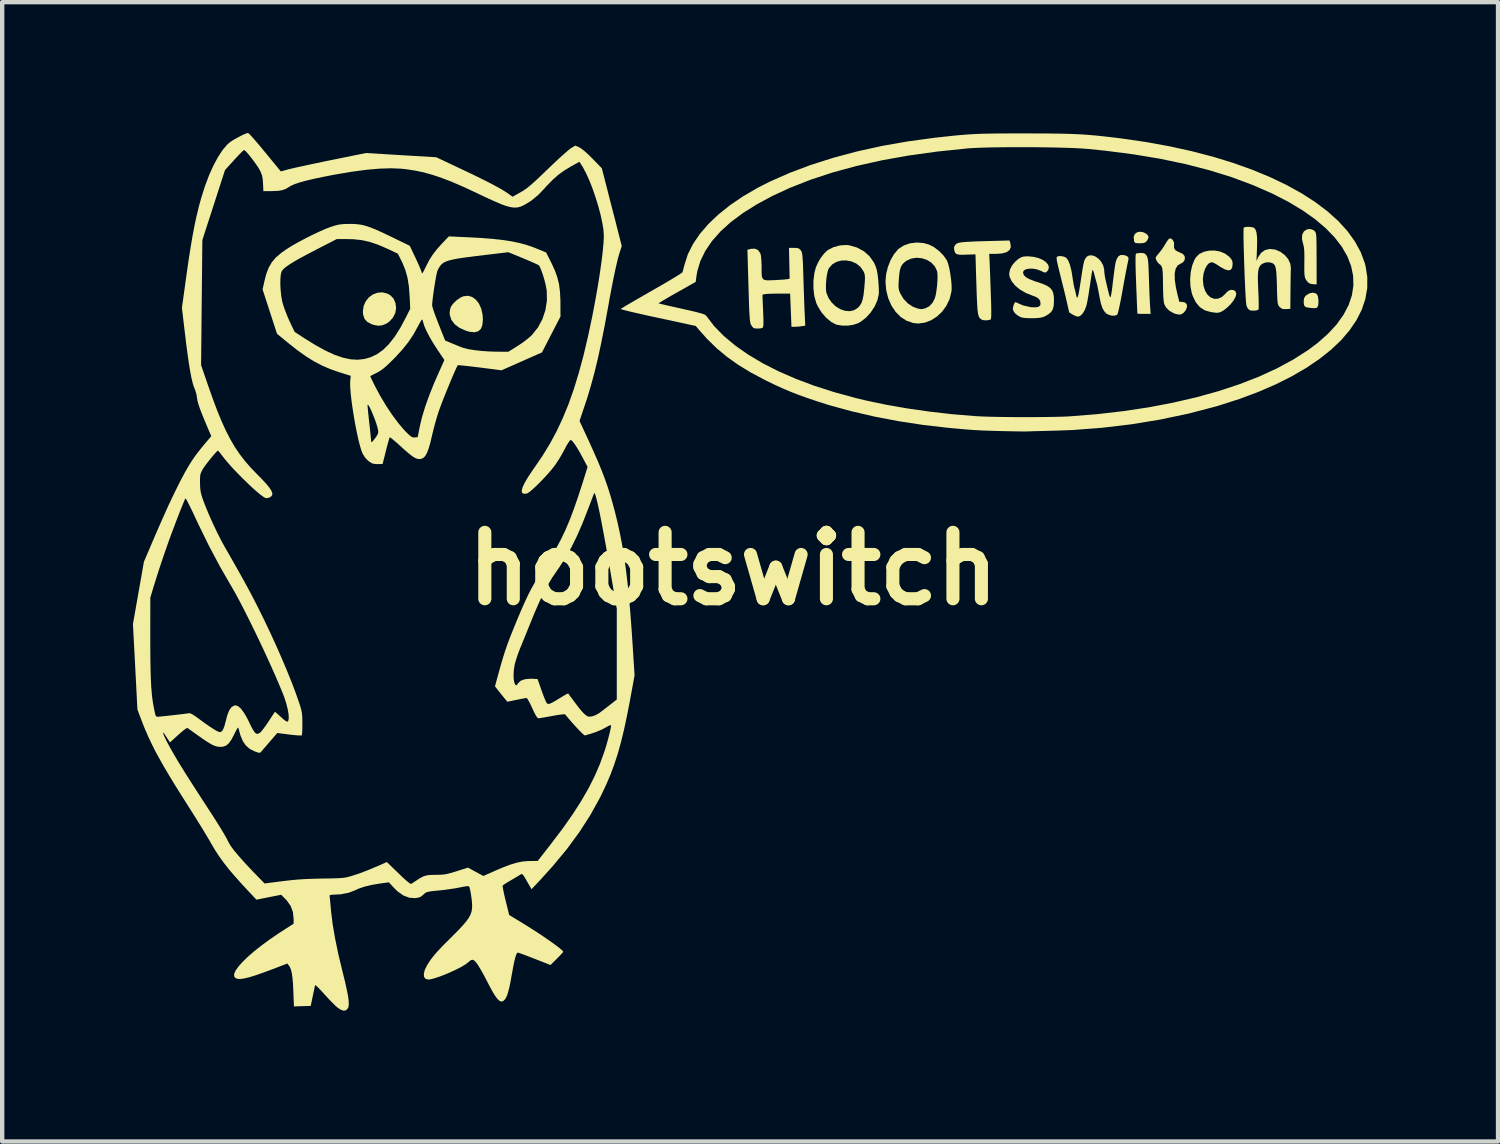
<source format=kicad_pcb>
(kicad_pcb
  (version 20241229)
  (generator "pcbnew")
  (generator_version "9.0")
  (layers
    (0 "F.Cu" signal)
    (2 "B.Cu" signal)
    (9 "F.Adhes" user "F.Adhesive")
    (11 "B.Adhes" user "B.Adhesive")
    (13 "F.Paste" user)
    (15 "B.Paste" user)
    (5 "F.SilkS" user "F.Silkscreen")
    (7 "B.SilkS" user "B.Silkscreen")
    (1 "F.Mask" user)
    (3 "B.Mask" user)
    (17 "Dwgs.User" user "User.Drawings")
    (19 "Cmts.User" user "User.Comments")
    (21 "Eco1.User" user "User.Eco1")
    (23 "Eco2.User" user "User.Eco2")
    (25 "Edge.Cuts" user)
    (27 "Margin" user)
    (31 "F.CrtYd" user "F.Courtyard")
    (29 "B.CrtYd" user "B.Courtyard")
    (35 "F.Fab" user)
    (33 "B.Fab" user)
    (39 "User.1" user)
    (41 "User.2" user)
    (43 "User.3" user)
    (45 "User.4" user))
  (footprint "hootswitch"
    (layer "F.Cu")
    (at 13.771 9.999)
    (property "Reference" "hootswitch" (at 0 0 0) (layer "F.SilkS") (effects (font (size 1.524 1.524) (thickness 0.3))))
    (attr board_only exclude_from_pos_files exclude_from_bom)
    (fp_poly (pts (xy 9.412 -7.72) (xy 9.475 -7.689) (xy 9.519 -7.647) (xy 9.532 -7.609) (xy 9.52 -7.567) (xy 9.492 -7.521) (xy 9.461 -7.49) (xy 9.422 -7.474) (xy 9.36 -7.468) (xy 9.332 -7.468) (xy 9.264 -7.469) (xy 9.226 -7.477) (xy 9.208 -7.496) (xy 9.2 -7.52) (xy 9.191 -7.612) (xy 9.216 -7.679) (xy 9.271 -7.721) (xy 9.343 -7.732)) (stroke (width 0) (type solid)) (fill yes) (layer "F.SilkS"))
    (fp_poly (pts (xy 13.371 -6.316) (xy 13.396 -6.295) (xy 13.417 -6.251) (xy 13.428 -6.183) (xy 13.431 -6.108) (xy 13.424 -6.041) (xy 13.406 -6) (xy 13.405 -5.999) (xy 13.382 -5.984) (xy 13.343 -5.978) (xy 13.28 -5.981) (xy 13.198 -5.99) (xy 13.14 -6.003) (xy 13.107 -6.031) (xy 13.094 -6.084) (xy 13.092 -6.136) (xy 13.099 -6.202) (xy 13.125 -6.249) (xy 13.157 -6.279) (xy 13.23 -6.321) (xy 13.305 -6.334)) (stroke (width 0) (type solid)) (fill yes) (layer "F.SilkS"))
    (fp_poly (pts (xy -7.936 -6.314) (xy -7.864 -6.274) (xy -7.79 -6.196) (xy -7.746 -6.092) (xy -7.732 -5.978) (xy -7.752 -5.865) (xy -7.807 -5.758) (xy -7.89 -5.668) (xy -7.964 -5.619) (xy -8.055 -5.584) (xy -8.141 -5.575) (xy -8.239 -5.593) (xy -8.294 -5.611) (xy -8.393 -5.662) (xy -8.458 -5.734) (xy -8.49 -5.832) (xy -8.495 -5.904) (xy -8.477 -6.03) (xy -8.428 -6.139) (xy -8.354 -6.229) (xy -8.262 -6.295) (xy -8.157 -6.333) (xy -8.046 -6.341)) (stroke (width 0) (type solid)) (fill yes) (layer "F.SilkS"))
    (fp_poly (pts (xy -5.989 -6.236) (xy -5.904 -6.175) (xy -5.833 -6.085) (xy -5.78 -5.969) (xy -5.749 -5.832) (xy -5.741 -5.715) (xy -5.753 -5.591) (xy -5.788 -5.502) (xy -5.848 -5.447) (xy -5.934 -5.425) (xy -6.046 -5.436) (xy -6.137 -5.463) (xy -6.279 -5.527) (xy -6.389 -5.61) (xy -6.463 -5.708) (xy -6.5 -5.818) (xy -6.504 -5.867) (xy -6.496 -5.939) (xy -6.478 -6.004) (xy -6.473 -6.014) (xy -6.419 -6.088) (xy -6.341 -6.162) (xy -6.254 -6.222) (xy -6.188 -6.251) (xy -6.085 -6.263)) (stroke (width 0) (type solid)) (fill yes) (layer "F.SilkS"))
    (fp_poly (pts (xy 13.316 -7.769) (xy 13.342 -7.748) (xy 13.355 -7.732) (xy 13.365 -7.714) (xy 13.373 -7.687) (xy 13.379 -7.648) (xy 13.383 -7.59) (xy 13.385 -7.51) (xy 13.387 -7.401) (xy 13.387 -7.259) (xy 13.388 -7.112) (xy 13.389 -6.525) (xy 13.33 -6.526) (xy 13.267 -6.534) (xy 13.225 -6.546) (xy 13.184 -6.577) (xy 13.145 -6.628) (xy 13.141 -6.635) (xy 13.126 -6.668) (xy 13.115 -6.708) (xy 13.109 -6.762) (xy 13.106 -6.839) (xy 13.106 -6.945) (xy 13.107 -7.029) (xy 13.108 -7.175) (xy 13.105 -7.285) (xy 13.098 -7.366) (xy 13.086 -7.425) (xy 13.081 -7.442) (xy 13.052 -7.563) (xy 13.057 -7.662) (xy 13.095 -7.737) (xy 13.102 -7.744) (xy 13.17 -7.787) (xy 13.246 -7.795)) (stroke (width 0) (type solid)) (fill yes) (layer "F.SilkS"))
    (fp_poly (pts (xy 9.42 -7.24) (xy 9.458 -7.221) (xy 9.488 -7.18) (xy 9.502 -7.154) (xy 9.512 -7.118) (xy 9.52 -7.069) (xy 9.527 -6.999) (xy 9.532 -6.903) (xy 9.537 -6.775) (xy 9.541 -6.656) (xy 9.546 -6.508) (xy 9.551 -6.361) (xy 9.557 -6.227) (xy 9.562 -6.114) (xy 9.567 -6.032) (xy 9.568 -6.022) (xy 9.58 -5.847) (xy 9.43 -5.847) (xy 9.355 -5.848) (xy 9.301 -5.849) (xy 9.277 -5.852) (xy 9.276 -5.852) (xy 9.275 -5.874) (xy 9.272 -5.933) (xy 9.268 -6.024) (xy 9.263 -6.142) (xy 9.258 -6.283) (xy 9.251 -6.44) (xy 9.248 -6.535) (xy 9.24 -6.74) (xy 9.235 -6.905) (xy 9.233 -7.033) (xy 9.233 -7.127) (xy 9.236 -7.189) (xy 9.241 -7.222) (xy 9.245 -7.229) (xy 9.279 -7.239) (xy 9.337 -7.244) (xy 9.358 -7.245)) (stroke (width 0) (type solid)) (fill yes) (layer "F.SilkS"))
    (fp_poly (pts (xy 10.054 -7.574) (xy 10.09 -7.54) (xy 10.115 -7.489) (xy 10.118 -7.431) (xy 10.117 -7.429) (xy 10.117 -7.356) (xy 10.153 -7.303) (xy 10.226 -7.266) (xy 10.234 -7.263) (xy 10.317 -7.225) (xy 10.361 -7.172) (xy 10.365 -7.104) (xy 10.359 -7.083) (xy 10.321 -7.027) (xy 10.268 -7) (xy 10.2 -6.959) (xy 10.154 -6.883) (xy 10.132 -6.773) (xy 10.134 -6.629) (xy 10.16 -6.453) (xy 10.19 -6.318) (xy 10.239 -6.122) (xy 10.309 -6.122) (xy 10.372 -6.107) (xy 10.408 -6.067) (xy 10.415 -6.009) (xy 10.392 -5.942) (xy 10.344 -5.879) (xy 10.294 -5.842) (xy 10.24 -5.83) (xy 10.169 -5.842) (xy 10.116 -5.859) (xy 10.011 -5.917) (xy 9.931 -5.999) (xy 9.89 -6.078) (xy 9.881 -6.129) (xy 9.873 -6.216) (xy 9.867 -6.333) (xy 9.864 -6.472) (xy 9.863 -6.527) (xy 9.862 -6.67) (xy 9.859 -6.778) (xy 9.852 -6.856) (xy 9.841 -6.91) (xy 9.825 -6.948) (xy 9.802 -6.975) (xy 9.771 -6.997) (xy 9.743 -7.027) (xy 9.713 -7.075) (xy 9.713 -7.076) (xy 9.697 -7.111) (xy 9.696 -7.139) (xy 9.714 -7.172) (xy 9.754 -7.221) (xy 9.771 -7.241) (xy 9.832 -7.318) (xy 9.89 -7.405) (xy 9.92 -7.455) (xy 9.958 -7.517) (xy 9.993 -7.562) (xy 10.013 -7.578)) (stroke (width 0) (type solid)) (fill yes) (layer "F.SilkS"))
    (fp_poly (pts (xy 6.363 -7.462) (xy 6.371 -7.377) (xy 6.341 -7.311) (xy 6.274 -7.263) (xy 6.17 -7.234) (xy 6.032 -7.224) (xy 5.876 -7.224) (xy 5.882 -7.102) (xy 5.885 -7.049) (xy 5.889 -6.961) (xy 5.893 -6.844) (xy 5.899 -6.704) (xy 5.904 -6.549) (xy 5.91 -6.385) (xy 5.911 -6.357) (xy 5.917 -6.172) (xy 5.922 -6.025) (xy 5.923 -5.912) (xy 5.923 -5.83) (xy 5.921 -5.772) (xy 5.916 -5.737) (xy 5.909 -5.719) (xy 5.906 -5.717) (xy 5.869 -5.706) (xy 5.809 -5.699) (xy 5.79 -5.699) (xy 5.723 -5.706) (xy 5.679 -5.731) (xy 5.659 -5.752) (xy 5.645 -5.774) (xy 5.633 -5.802) (xy 5.622 -5.841) (xy 5.614 -5.894) (xy 5.606 -5.965) (xy 5.6 -6.06) (xy 5.594 -6.182) (xy 5.588 -6.335) (xy 5.582 -6.524) (xy 5.577 -6.662) (xy 5.561 -7.213) (xy 5.348 -7.206) (xy 5.241 -7.203) (xy 5.168 -7.208) (xy 5.122 -7.222) (xy 5.095 -7.249) (xy 5.078 -7.294) (xy 5.071 -7.325) (xy 5.07 -7.381) (xy 5.096 -7.427) (xy 5.11 -7.442) (xy 5.126 -7.456) (xy 5.147 -7.467) (xy 5.176 -7.477) (xy 5.217 -7.485) (xy 5.275 -7.493) (xy 5.352 -7.499) (xy 5.452 -7.504) (xy 5.58 -7.51) (xy 5.738 -7.515) (xy 5.93 -7.52) (xy 6.161 -7.526) (xy 6.195 -7.527) (xy 6.342 -7.531)) (stroke (width 0) (type solid)) (fill yes) (layer "F.SilkS"))
    (fp_poly (pts (xy 11.169 -7.279) (xy 11.285 -7.232) (xy 11.38 -7.161) (xy 11.429 -7.106) (xy 11.453 -7.059) (xy 11.461 -7.002) (xy 11.461 -6.985) (xy 11.449 -6.904) (xy 11.415 -6.857) (xy 11.358 -6.846) (xy 11.278 -6.87) (xy 11.175 -6.928) (xy 11.146 -6.948) (xy 11.079 -6.991) (xy 11.019 -7.022) (xy 10.982 -7.033) (xy 10.923 -7.013) (xy 10.871 -6.958) (xy 10.827 -6.876) (xy 10.795 -6.774) (xy 10.78 -6.659) (xy 10.779 -6.627) (xy 10.793 -6.49) (xy 10.83 -6.375) (xy 10.886 -6.285) (xy 10.957 -6.224) (xy 11.038 -6.193) (xy 11.125 -6.195) (xy 11.212 -6.233) (xy 11.296 -6.309) (xy 11.315 -6.333) (xy 11.367 -6.379) (xy 11.427 -6.399) (xy 11.484 -6.393) (xy 11.527 -6.364) (xy 11.545 -6.312) (xy 11.545 -6.308) (xy 11.529 -6.238) (xy 11.483 -6.157) (xy 11.418 -6.073) (xy 11.339 -5.995) (xy 11.257 -5.929) (xy 11.177 -5.885) (xy 11.11 -5.871) (xy 11.107 -5.871) (xy 11.065 -5.875) (xy 10.999 -5.884) (xy 10.959 -5.889) (xy 10.823 -5.928) (xy 10.71 -6.001) (xy 10.618 -6.11) (xy 10.547 -6.255) (xy 10.525 -6.319) (xy 10.494 -6.473) (xy 10.486 -6.639) (xy 10.5 -6.806) (xy 10.535 -6.962) (xy 10.589 -7.096) (xy 10.619 -7.145) (xy 10.695 -7.22) (xy 10.797 -7.271) (xy 10.916 -7.298) (xy 11.044 -7.301)) (stroke (width 0) (type solid)) (fill yes) (layer "F.SilkS"))
    (fp_poly (pts (xy 4.376 -7.471) (xy 4.496 -7.437) (xy 4.612 -7.377) (xy 4.727 -7.289) (xy 4.828 -7.186) (xy 4.902 -7.08) (xy 4.907 -7.07) (xy 4.934 -6.996) (xy 4.961 -6.892) (xy 4.983 -6.769) (xy 5.001 -6.64) (xy 5.012 -6.517) (xy 5.014 -6.411) (xy 5.009 -6.355) (xy 4.967 -6.187) (xy 4.893 -6.033) (xy 4.795 -5.897) (xy 4.675 -5.785) (xy 4.541 -5.7) (xy 4.395 -5.645) (xy 4.245 -5.626) (xy 4.136 -5.637) (xy 3.985 -5.687) (xy 3.849 -5.773) (xy 3.731 -5.891) (xy 3.634 -6.036) (xy 3.56 -6.203) (xy 3.513 -6.388) (xy 3.501 -6.529) (xy 3.796 -6.529) (xy 3.796 -6.458) (xy 3.803 -6.404) (xy 3.819 -6.354) (xy 3.833 -6.321) (xy 3.909 -6.193) (xy 4.011 -6.086) (xy 4.13 -6.008) (xy 4.226 -5.973) (xy 4.287 -5.959) (xy 4.33 -5.957) (xy 4.376 -5.966) (xy 4.408 -5.974) (xy 4.5 -6.021) (xy 4.577 -6.103) (xy 4.629 -6.207) (xy 4.65 -6.285) (xy 4.667 -6.388) (xy 4.68 -6.503) (xy 4.689 -6.619) (xy 4.691 -6.722) (xy 4.685 -6.802) (xy 4.681 -6.825) (xy 4.631 -6.933) (xy 4.552 -7.02) (xy 4.45 -7.084) (xy 4.334 -7.123) (xy 4.212 -7.135) (xy 4.091 -7.117) (xy 3.98 -7.068) (xy 3.931 -7.031) (xy 3.886 -6.986) (xy 3.854 -6.934) (xy 3.831 -6.869) (xy 3.815 -6.78) (xy 3.804 -6.659) (xy 3.802 -6.628) (xy 3.796 -6.529) (xy 3.501 -6.529) (xy 3.496 -6.587) (xy 3.496 -6.59) (xy 3.51 -6.753) (xy 3.55 -6.918) (xy 3.611 -7.076) (xy 3.691 -7.216) (xy 3.783 -7.326) (xy 3.8 -7.342) (xy 3.92 -7.419) (xy 4.063 -7.467) (xy 4.218 -7.485)) (stroke (width 0) (type solid)) (fill yes) (layer "F.SilkS"))
    (fp_poly (pts (xy 6.894 -7.156) (xy 7.008 -7.128) (xy 7.104 -7.086) (xy 7.179 -7.034) (xy 7.228 -6.976) (xy 7.246 -6.914) (xy 7.228 -6.853) (xy 7.205 -6.823) (xy 7.179 -6.801) (xy 7.155 -6.795) (xy 7.119 -6.806) (xy 7.063 -6.834) (xy 6.976 -6.867) (xy 6.885 -6.884) (xy 6.798 -6.885) (xy 6.724 -6.872) (xy 6.672 -6.845) (xy 6.652 -6.805) (xy 6.652 -6.802) (xy 6.666 -6.745) (xy 6.711 -6.694) (xy 6.79 -6.647) (xy 6.906 -6.601) (xy 6.944 -6.589) (xy 7.088 -6.541) (xy 7.195 -6.496) (xy 7.27 -6.446) (xy 7.319 -6.389) (xy 7.347 -6.317) (xy 7.36 -6.225) (xy 7.362 -6.151) (xy 7.356 -6.037) (xy 7.337 -5.954) (xy 7.297 -5.891) (xy 7.232 -5.837) (xy 7.18 -5.805) (xy 7.126 -5.779) (xy 7.071 -5.763) (xy 7.001 -5.753) (xy 6.903 -5.748) (xy 6.885 -5.748) (xy 6.788 -5.748) (xy 6.699 -5.753) (xy 6.632 -5.762) (xy 6.613 -5.767) (xy 6.537 -5.805) (xy 6.472 -5.858) (xy 6.43 -5.918) (xy 6.419 -5.96) (xy 6.425 -6.01) (xy 6.441 -6.062) (xy 6.461 -6.102) (xy 6.479 -6.117) (xy 6.481 -6.117) (xy 6.647 -6.043) (xy 6.814 -6.004) (xy 6.848 -6) (xy 6.948 -5.998) (xy 7.012 -6.012) (xy 7.046 -6.042) (xy 7.054 -6.081) (xy 7.044 -6.147) (xy 7.009 -6.197) (xy 6.944 -6.238) (xy 6.863 -6.268) (xy 6.71 -6.33) (xy 6.577 -6.408) (xy 6.468 -6.5) (xy 6.389 -6.599) (xy 6.343 -6.701) (xy 6.334 -6.768) (xy 6.353 -6.866) (xy 6.405 -6.966) (xy 6.484 -7.057) (xy 6.544 -7.106) (xy 6.603 -7.142) (xy 6.658 -7.161) (xy 6.729 -7.167) (xy 6.767 -7.167)) (stroke (width 0) (type solid)) (fill yes) (layer "F.SilkS"))
    (fp_poly (pts (xy 2.667 -7.42) (xy 2.846 -7.368) (xy 3.002 -7.283) (xy 3.131 -7.168) (xy 3.23 -7.027) (xy 3.24 -7.006) (xy 3.273 -6.931) (xy 3.297 -6.854) (xy 3.314 -6.762) (xy 3.328 -6.641) (xy 3.337 -6.533) (xy 3.343 -6.429) (xy 3.344 -6.342) (xy 3.343 -6.301) (xy 3.312 -6.162) (xy 3.249 -6.019) (xy 3.159 -5.882) (xy 3.049 -5.761) (xy 2.927 -5.666) (xy 2.87 -5.634) (xy 2.761 -5.597) (xy 2.632 -5.578) (xy 2.5 -5.578) (xy 2.384 -5.597) (xy 2.358 -5.605) (xy 2.245 -5.666) (xy 2.133 -5.76) (xy 2.031 -5.879) (xy 1.946 -6.015) (xy 1.907 -6.1) (xy 1.864 -6.251) (xy 1.844 -6.415) (xy 2.13 -6.415) (xy 2.138 -6.343) (xy 2.139 -6.336) (xy 2.188 -6.213) (xy 2.262 -6.107) (xy 2.353 -6.02) (xy 2.457 -5.956) (xy 2.565 -5.918) (xy 2.674 -5.909) (xy 2.775 -5.931) (xy 2.863 -5.987) (xy 2.864 -5.988) (xy 2.911 -6.041) (xy 2.946 -6.101) (xy 2.972 -6.178) (xy 2.992 -6.278) (xy 3.007 -6.41) (xy 3.012 -6.465) (xy 3.021 -6.578) (xy 3.025 -6.657) (xy 3.024 -6.713) (xy 3.018 -6.756) (xy 3.005 -6.793) (xy 2.989 -6.828) (xy 2.92 -6.927) (xy 2.828 -7.001) (xy 2.719 -7.05) (xy 2.602 -7.073) (xy 2.484 -7.071) (xy 2.373 -7.041) (xy 2.276 -6.984) (xy 2.202 -6.9) (xy 2.189 -6.878) (xy 2.168 -6.816) (xy 2.15 -6.725) (xy 2.137 -6.619) (xy 2.13 -6.511) (xy 2.13 -6.415) (xy 1.844 -6.415) (xy 1.843 -6.425) (xy 1.843 -6.607) (xy 1.865 -6.784) (xy 1.897 -6.909) (xy 1.945 -7.02) (xy 2.011 -7.132) (xy 2.087 -7.231) (xy 2.164 -7.304) (xy 2.179 -7.315) (xy 2.308 -7.38) (xy 2.453 -7.418) (xy 2.597 -7.428)) (stroke (width 0) (type solid)) (fill yes) (layer "F.SilkS"))
    (fp_poly (pts (xy 1.466 -7.359) (xy 1.51 -7.346) (xy 1.541 -7.319) (xy 1.553 -7.304) (xy 1.566 -7.284) (xy 1.577 -7.258) (xy 1.585 -7.222) (xy 1.591 -7.17) (xy 1.597 -7.097) (xy 1.602 -6.997) (xy 1.607 -6.866) (xy 1.612 -6.701) (xy 1.617 -6.532) (xy 1.623 -6.36) (xy 1.629 -6.193) (xy 1.634 -6.043) (xy 1.639 -5.919) (xy 1.642 -5.866) (xy 1.655 -5.577) (xy 1.574 -5.564) (xy 1.496 -5.555) (xy 1.418 -5.551) (xy 1.416 -5.551) (xy 1.339 -5.55) (xy 1.308 -6.313) (xy 1.041 -6.313) (xy 0.934 -6.311) (xy 0.839 -6.309) (xy 0.765 -6.304) (xy 0.724 -6.299) (xy 0.723 -6.299) (xy 0.673 -6.286) (xy 0.688 -5.915) (xy 0.694 -5.777) (xy 0.696 -5.676) (xy 0.695 -5.605) (xy 0.691 -5.56) (xy 0.683 -5.536) (xy 0.675 -5.527) (xy 0.633 -5.515) (xy 0.57 -5.51) (xy 0.506 -5.514) (xy 0.471 -5.522) (xy 0.444 -5.547) (xy 0.413 -5.594) (xy 0.41 -5.599) (xy 0.399 -5.626) (xy 0.39 -5.667) (xy 0.383 -5.726) (xy 0.377 -5.808) (xy 0.371 -5.917) (xy 0.365 -6.058) (xy 0.36 -6.236) (xy 0.359 -6.27) (xy 0.354 -6.439) (xy 0.349 -6.607) (xy 0.344 -6.766) (xy 0.34 -6.906) (xy 0.337 -7.02) (xy 0.335 -7.097) (xy 0.328 -7.319) (xy 0.41 -7.339) (xy 0.5 -7.344) (xy 0.571 -7.312) (xy 0.621 -7.243) (xy 0.629 -7.223) (xy 0.64 -7.17) (xy 0.648 -7.086) (xy 0.653 -6.982) (xy 0.654 -6.907) (xy 0.654 -6.791) (xy 0.659 -6.71) (xy 0.677 -6.657) (xy 0.713 -6.629) (xy 0.773 -6.617) (xy 0.865 -6.618) (xy 0.962 -6.622) (xy 1.062 -6.628) (xy 1.151 -6.634) (xy 1.218 -6.64) (xy 1.247 -6.644) (xy 1.297 -6.654) (xy 1.282 -7.362) (xy 1.396 -7.362)) (stroke (width 0) (type solid)) (fill yes) (layer "F.SilkS"))
    (fp_poly (pts (xy 11.878 -7.841) (xy 11.934 -7.83) (xy 11.957 -7.818) (xy 11.987 -7.779) (xy 12.008 -7.717) (xy 12.02 -7.627) (xy 12.024 -7.504) (xy 12.02 -7.351) (xy 12.009 -7.065) (xy 12.051 -7.153) (xy 12.117 -7.25) (xy 12.206 -7.311) (xy 12.313 -7.337) (xy 12.433 -7.323) (xy 12.446 -7.32) (xy 12.561 -7.269) (xy 12.66 -7.194) (xy 12.737 -7.102) (xy 12.784 -7) (xy 12.797 -6.908) (xy 12.796 -6.864) (xy 12.794 -6.785) (xy 12.792 -6.679) (xy 12.791 -6.555) (xy 12.789 -6.42) (xy 12.789 -6.398) (xy 12.785 -5.963) (xy 12.689 -5.957) (xy 12.622 -5.957) (xy 12.577 -5.974) (xy 12.54 -6.006) (xy 12.522 -6.027) (xy 12.509 -6.049) (xy 12.499 -6.079) (xy 12.492 -6.123) (xy 12.487 -6.188) (xy 12.483 -6.279) (xy 12.479 -6.404) (xy 12.478 -6.479) (xy 12.473 -6.636) (xy 12.467 -6.757) (xy 12.459 -6.847) (xy 12.447 -6.911) (xy 12.431 -6.956) (xy 12.409 -6.986) (xy 12.381 -7.007) (xy 12.373 -7.012) (xy 12.296 -7.032) (xy 12.21 -7.025) (xy 12.136 -6.993) (xy 12.131 -6.99) (xy 12.098 -6.958) (xy 12.073 -6.92) (xy 12.055 -6.869) (xy 12.045 -6.8) (xy 12.04 -6.707) (xy 12.042 -6.585) (xy 12.048 -6.429) (xy 12.05 -6.376) (xy 12.056 -6.248) (xy 12.059 -6.134) (xy 12.06 -6.042) (xy 12.059 -5.977) (xy 12.056 -5.948) (xy 12.055 -5.947) (xy 12.017 -5.929) (xy 11.956 -5.921) (xy 11.891 -5.923) (xy 11.847 -5.935) (xy 11.807 -5.974) (xy 11.779 -6.034) (xy 11.779 -6.036) (xy 11.773 -6.075) (xy 11.766 -6.149) (xy 11.759 -6.253) (xy 11.752 -6.381) (xy 11.745 -6.528) (xy 11.738 -6.687) (xy 11.732 -6.855) (xy 11.726 -7.025) (xy 11.721 -7.191) (xy 11.716 -7.35) (xy 11.713 -7.494) (xy 11.711 -7.619) (xy 11.711 -7.719) (xy 11.712 -7.789) (xy 11.715 -7.823) (xy 11.716 -7.826) (xy 11.752 -7.84) (xy 11.812 -7.845)) (stroke (width 0) (type solid)) (fill yes) (layer "F.SilkS"))
    (fp_poly (pts (xy 8.98 -7.194) (xy 9.034 -7.174) (xy 9.061 -7.154) (xy 9.072 -7.131) (xy 9.071 -7.094) (xy 9.057 -7.03) (xy 9.054 -7.017) (xy 9.042 -6.961) (xy 9.025 -6.871) (xy 9.002 -6.754) (xy 8.977 -6.618) (xy 8.95 -6.47) (xy 8.932 -6.367) (xy 8.9 -6.193) (xy 8.871 -6.049) (xy 8.846 -5.938) (xy 8.827 -5.863) (xy 8.812 -5.826) (xy 8.809 -5.823) (xy 8.745 -5.804) (xy 8.667 -5.81) (xy 8.591 -5.838) (xy 8.562 -5.857) (xy 8.514 -5.909) (xy 8.475 -5.978) (xy 8.442 -6.072) (xy 8.414 -6.198) (xy 8.4 -6.274) (xy 8.381 -6.376) (xy 8.361 -6.476) (xy 8.342 -6.557) (xy 8.336 -6.578) (xy 8.312 -6.662) (xy 8.289 -6.749) (xy 8.282 -6.776) (xy 8.266 -6.828) (xy 8.253 -6.856) (xy 8.249 -6.858) (xy 8.24 -6.832) (xy 8.229 -6.778) (xy 8.22 -6.723) (xy 8.194 -6.543) (xy 8.172 -6.4) (xy 8.155 -6.288) (xy 8.14 -6.202) (xy 8.128 -6.135) (xy 8.117 -6.083) (xy 8.107 -6.04) (xy 8.102 -6.023) (xy 8.066 -5.93) (xy 8.019 -5.854) (xy 7.966 -5.802) (xy 7.916 -5.783) (xy 7.868 -5.794) (xy 7.809 -5.821) (xy 7.796 -5.828) (xy 7.748 -5.858) (xy 7.718 -5.877) (xy 7.715 -5.879) (xy 7.707 -5.901) (xy 7.694 -5.955) (xy 7.677 -6.031) (xy 7.668 -6.073) (xy 7.65 -6.152) (xy 7.624 -6.262) (xy 7.592 -6.394) (xy 7.556 -6.538) (xy 7.52 -6.683) (xy 7.516 -6.7) (xy 7.479 -6.848) (xy 7.452 -6.959) (xy 7.434 -7.041) (xy 7.425 -7.096) (xy 7.423 -7.132) (xy 7.427 -7.152) (xy 7.436 -7.162) (xy 7.484 -7.174) (xy 7.549 -7.17) (xy 7.612 -7.152) (xy 7.642 -7.135) (xy 7.689 -7.074) (xy 7.729 -6.972) (xy 7.764 -6.831) (xy 7.785 -6.703) (xy 7.8 -6.603) (xy 7.815 -6.514) (xy 7.829 -6.447) (xy 7.837 -6.419) (xy 7.853 -6.362) (xy 7.868 -6.292) (xy 7.87 -6.284) (xy 7.882 -6.233) (xy 7.895 -6.219) (xy 7.91 -6.244) (xy 7.927 -6.307) (xy 7.946 -6.411) (xy 7.964 -6.525) (xy 7.989 -6.688) (xy 8.008 -6.814) (xy 8.024 -6.91) (xy 8.037 -6.98) (xy 8.049 -7.031) (xy 8.059 -7.068) (xy 8.07 -7.097) (xy 8.072 -7.101) (xy 8.117 -7.162) (xy 8.177 -7.19) (xy 8.246 -7.188) (xy 8.318 -7.16) (xy 8.387 -7.11) (xy 8.446 -7.042) (xy 8.491 -6.959) (xy 8.514 -6.865) (xy 8.516 -6.826) (xy 8.521 -6.763) (xy 8.537 -6.67) (xy 8.565 -6.544) (xy 8.604 -6.381) (xy 8.626 -6.294) (xy 8.64 -6.248) (xy 8.652 -6.23) (xy 8.664 -6.242) (xy 8.675 -6.288) (xy 8.688 -6.37) (xy 8.704 -6.491) (xy 8.705 -6.504) (xy 8.725 -6.67) (xy 8.741 -6.799) (xy 8.755 -6.898) (xy 8.766 -6.971) (xy 8.776 -7.025) (xy 8.787 -7.064) (xy 8.798 -7.095) (xy 8.808 -7.117) (xy 8.842 -7.17) (xy 8.884 -7.194) (xy 8.915 -7.199)) (stroke (width 0) (type solid)) (fill yes) (layer "F.SilkS"))
    (fp_poly (pts (xy 6.991 -9.987) (xy 7.24 -9.986) (xy 7.46 -9.983) (xy 7.655 -9.979) (xy 7.832 -9.973) (xy 7.997 -9.965) (xy 8.156 -9.954) (xy 8.315 -9.94) (xy 8.481 -9.923) (xy 8.658 -9.903) (xy 8.854 -9.879) (xy 8.919 -9.871) (xy 9.475 -9.79) (xy 10.01 -9.693) (xy 10.523 -9.58) (xy 11.011 -9.453) (xy 11.473 -9.311) (xy 11.909 -9.155) (xy 12.316 -8.987) (xy 12.694 -8.807) (xy 13.041 -8.615) (xy 13.356 -8.413) (xy 13.638 -8.2) (xy 13.884 -7.979) (xy 14.094 -7.748) (xy 14.266 -7.51) (xy 14.4 -7.265) (xy 14.493 -7.013) (xy 14.511 -6.945) (xy 14.551 -6.691) (xy 14.55 -6.44) (xy 14.507 -6.191) (xy 14.426 -5.947) (xy 14.305 -5.707) (xy 14.146 -5.473) (xy 13.951 -5.244) (xy 13.719 -5.024) (xy 13.451 -4.811) (xy 13.15 -4.607) (xy 12.814 -4.412) (xy 12.446 -4.228) (xy 12.046 -4.055) (xy 11.615 -3.894) (xy 11.154 -3.746) (xy 11.066 -3.72) (xy 10.444 -3.558) (xy 9.797 -3.422) (xy 9.133 -3.313) (xy 8.46 -3.233) (xy 7.786 -3.182) (xy 7.34 -3.166) (xy 7.193 -3.163) (xy 7.057 -3.159) (xy 6.937 -3.156) (xy 6.842 -3.153) (xy 6.778 -3.151) (xy 6.758 -3.15) (xy 6.716 -3.149) (xy 6.639 -3.149) (xy 6.534 -3.151) (xy 6.406 -3.153) (xy 6.263 -3.156) (xy 6.154 -3.158) (xy 5.973 -3.163) (xy 5.821 -3.168) (xy 5.688 -3.173) (xy 5.565 -3.18) (xy 5.442 -3.188) (xy 5.307 -3.199) (xy 5.153 -3.213) (xy 4.967 -3.23) (xy 4.936 -3.233) (xy 4.367 -3.298) (xy 3.801 -3.384) (xy 3.247 -3.49) (xy 2.712 -3.614) (xy 2.205 -3.753) (xy 1.949 -3.834) (xy 1.713 -3.913) (xy 1.507 -3.987) (xy 1.32 -4.06) (xy 1.14 -4.136) (xy 0.956 -4.22) (xy 0.756 -4.317) (xy 0.739 -4.326) (xy 0.412 -4.499) (xy 0.122 -4.675) (xy -0.139 -4.86) (xy -0.378 -5.059) (xy -0.601 -5.277) (xy -0.773 -5.47) (xy -0.858 -5.57) (xy -1.721 -5.756) (xy -1.905 -5.796) (xy -2.076 -5.834) (xy -2.229 -5.869) (xy -2.359 -5.899) (xy -2.463 -5.925) (xy -2.536 -5.944) (xy -2.574 -5.956) (xy -2.579 -5.958) (xy -2.56 -5.972) (xy -2.508 -6.004) (xy -2.428 -6.053) (xy -2.366 -6.089) (xy -1.711 -6.089) (xy -1.689 -6.083) (xy -1.632 -6.069) (xy -1.544 -6.048) (xy -1.432 -6.022) (xy -1.3 -5.993) (xy -1.175 -5.965) (xy -1.01 -5.928) (xy -0.881 -5.898) (xy -0.784 -5.873) (xy -0.714 -5.853) (xy -0.666 -5.836) (xy -0.636 -5.82) (xy -0.618 -5.805) (xy -0.614 -5.8) (xy -0.434 -5.565) (xy -0.213 -5.339) (xy 0.047 -5.122) (xy 0.344 -4.914) (xy 0.676 -4.716) (xy 1.042 -4.53) (xy 1.441 -4.356) (xy 1.871 -4.195) (xy 2.331 -4.048) (xy 2.818 -3.915) (xy 3.061 -3.857) (xy 3.52 -3.761) (xy 4.007 -3.676) (xy 4.512 -3.604) (xy 5.022 -3.546) (xy 5.524 -3.504) (xy 5.614 -3.498) (xy 5.744 -3.492) (xy 5.909 -3.487) (xy 6.099 -3.483) (xy 6.308 -3.48) (xy 6.529 -3.478) (xy 6.754 -3.478) (xy 6.976 -3.479) (xy 7.188 -3.481) (xy 7.381 -3.484) (xy 7.55 -3.488) (xy 7.685 -3.494) (xy 7.722 -3.496) (xy 8.349 -3.546) (xy 8.956 -3.616) (xy 9.541 -3.704) (xy 10.101 -3.811) (xy 10.636 -3.935) (xy 11.143 -4.076) (xy 11.62 -4.234) (xy 12.065 -4.407) (xy 12.477 -4.596) (xy 12.854 -4.8) (xy 13.194 -5.018) (xy 13.41 -5.179) (xy 13.65 -5.391) (xy 13.849 -5.607) (xy 14.006 -5.827) (xy 14.122 -6.049) (xy 14.198 -6.273) (xy 14.232 -6.497) (xy 14.226 -6.722) (xy 14.179 -6.946) (xy 14.093 -7.168) (xy 13.967 -7.387) (xy 13.801 -7.603) (xy 13.596 -7.814) (xy 13.353 -8.02) (xy 13.07 -8.22) (xy 12.75 -8.413) (xy 12.391 -8.598) (xy 12.386 -8.601) (xy 11.93 -8.801) (xy 11.446 -8.982) (xy 10.931 -9.142) (xy 10.384 -9.283) (xy 9.805 -9.405) (xy 9.191 -9.507) (xy 8.541 -9.591) (xy 8.135 -9.632) (xy 7.999 -9.642) (xy 7.828 -9.651) (xy 7.628 -9.658) (xy 7.405 -9.664) (xy 7.165 -9.668) (xy 6.916 -9.671) (xy 6.663 -9.672) (xy 6.412 -9.672) (xy 6.17 -9.67) (xy 5.944 -9.667) (xy 5.738 -9.662) (xy 5.561 -9.655) (xy 5.417 -9.647) (xy 5.381 -9.644) (xy 4.688 -9.572) (xy 4.033 -9.481) (xy 3.415 -9.371) (xy 2.832 -9.241) (xy 2.284 -9.092) (xy 1.771 -8.923) (xy 1.292 -8.734) (xy 0.901 -8.553) (xy 0.543 -8.36) (xy 0.226 -8.161) (xy -0.052 -7.954) (xy -0.288 -7.74) (xy -0.484 -7.519) (xy -0.638 -7.292) (xy -0.751 -7.06) (xy -0.823 -6.821) (xy -0.842 -6.706) (xy -0.858 -6.581) (xy -1.288 -6.338) (xy -1.409 -6.27) (xy -1.516 -6.208) (xy -1.605 -6.156) (xy -1.669 -6.117) (xy -1.705 -6.094) (xy -1.711 -6.089) (xy -2.366 -6.089) (xy -2.322 -6.115) (xy -2.196 -6.188) (xy -2.054 -6.27) (xy -1.899 -6.359) (xy -1.877 -6.372) (xy -1.719 -6.462) (xy -1.574 -6.546) (xy -1.444 -6.623) (xy -1.334 -6.689) (xy -1.248 -6.742) (xy -1.191 -6.779) (xy -1.165 -6.799) (xy -1.164 -6.8) (xy -1.152 -6.836) (xy -1.135 -6.899) (xy -1.115 -6.977) (xy -1.114 -6.98) (xy -1.038 -7.216) (xy -0.92 -7.451) (xy -0.763 -7.682) (xy -0.568 -7.908) (xy -0.337 -8.128) (xy -0.071 -8.341) (xy 0.229 -8.545) (xy 0.56 -8.738) (xy 0.835 -8.878) (xy 1.292 -9.08) (xy 1.784 -9.265) (xy 2.307 -9.431) (xy 2.858 -9.578) (xy 3.433 -9.704) (xy 4.028 -9.808) (xy 4.639 -9.89) (xy 4.65 -9.891) (xy 4.84 -9.912) (xy 5.007 -9.93) (xy 5.157 -9.945) (xy 5.297 -9.957) (xy 5.431 -9.967) (xy 5.566 -9.974) (xy 5.708 -9.98) (xy 5.862 -9.983) (xy 6.036 -9.986) (xy 6.235 -9.987) (xy 6.465 -9.988) (xy 6.705 -9.988)) (stroke (width 0) (type solid)) (fill yes) (layer "F.SilkS"))
    (fp_poly (pts (xy -8.698 -7.91) (xy -8.603 -7.902) (xy -8.511 -7.888) (xy -8.416 -7.863) (xy -8.311 -7.827) (xy -8.19 -7.778) (xy -8.045 -7.712) (xy -7.871 -7.629) (xy -7.835 -7.612) (xy -7.419 -7.409) (xy -7.292 -7.142) (xy -7.244 -7.039) (xy -7.202 -6.945) (xy -7.17 -6.868) (xy -7.152 -6.819) (xy -7.15 -6.812) (xy -7.143 -6.786) (xy -7.133 -6.779) (xy -7.118 -6.797) (xy -7.092 -6.843) (xy -7.054 -6.922) (xy -7.045 -6.939) (xy -6.971 -7.083) (xy -6.889 -7.211) (xy -6.792 -7.336) (xy -6.67 -7.471) (xy -6.655 -7.487) (xy -6.522 -7.625) (xy -6.063 -7.604) (xy -5.767 -7.588) (xy -5.509 -7.567) (xy -5.282 -7.542) (xy -5.081 -7.511) (xy -4.9 -7.473) (xy -4.735 -7.428) (xy -4.579 -7.374) (xy -4.512 -7.347) (xy -4.29 -7.255) (xy -4.167 -7.012) (xy -4.09 -6.844) (xy -4.033 -6.686) (xy -3.994 -6.525) (xy -3.972 -6.351) (xy -3.962 -6.152) (xy -3.962 -6.076) (xy -3.961 -5.787) (xy -4.386 -4.963) (xy -5.313 -4.553) (xy -5.807 -4.616) (xy -5.947 -4.633) (xy -6.073 -4.648) (xy -6.179 -4.659) (xy -6.258 -4.667) (xy -6.305 -4.67) (xy -6.316 -4.669) (xy -6.33 -4.646) (xy -6.358 -4.59) (xy -6.395 -4.506) (xy -6.441 -4.401) (xy -6.491 -4.282) (xy -6.544 -4.153) (xy -6.597 -4.023) (xy -6.648 -3.896) (xy -6.693 -3.779) (xy -6.731 -3.677) (xy -6.755 -3.61) (xy -6.794 -3.487) (xy -6.836 -3.341) (xy -6.876 -3.191) (xy -6.907 -3.061) (xy -6.948 -2.889) (xy -6.987 -2.755) (xy -7.025 -2.655) (xy -7.065 -2.585) (xy -7.109 -2.542) (xy -7.159 -2.52) (xy -7.205 -2.516) (xy -7.249 -2.523) (xy -7.299 -2.543) (xy -7.359 -2.58) (xy -7.434 -2.638) (xy -7.528 -2.718) (xy -7.646 -2.825) (xy -7.726 -2.897) (xy -7.795 -2.956) (xy -7.847 -2.997) (xy -7.875 -3.016) (xy -7.879 -3.017) (xy -7.888 -2.993) (xy -7.905 -2.936) (xy -7.928 -2.853) (xy -7.955 -2.751) (xy -7.966 -2.705) (xy -8.042 -2.404) (xy -8.136 -2.4) (xy -8.207 -2.402) (xy -8.27 -2.413) (xy -8.283 -2.417) (xy -8.362 -2.466) (xy -8.438 -2.542) (xy -8.497 -2.632) (xy -8.528 -2.709) (xy -8.562 -2.822) (xy -8.598 -2.962) (xy -8.633 -3.124) (xy -8.668 -3.3) (xy -8.7 -3.483) (xy -8.729 -3.666) (xy -8.741 -3.748) (xy -8.389 -3.748) (xy -8.386 -3.716) (xy -8.38 -3.651) (xy -8.371 -3.558) (xy -8.359 -3.445) (xy -8.347 -3.335) (xy -8.333 -3.21) (xy -8.321 -3.098) (xy -8.312 -3.006) (xy -8.306 -2.942) (xy -8.304 -2.914) (xy -8.296 -2.903) (xy -8.268 -2.926) (xy -8.222 -2.984) (xy -8.218 -2.988) (xy -8.172 -3.055) (xy -8.148 -3.102) (xy -8.142 -3.143) (xy -8.146 -3.178) (xy -8.162 -3.249) (xy -8.188 -3.333) (xy -8.219 -3.424) (xy -8.255 -3.516) (xy -8.29 -3.601) (xy -8.324 -3.675) (xy -8.353 -3.73) (xy -8.375 -3.76) (xy -8.387 -3.759) (xy -8.389 -3.748) (xy -8.741 -3.748) (xy -8.754 -3.842) (xy -8.773 -4.004) (xy -8.784 -4.145) (xy -8.788 -4.258) (xy -8.785 -4.314) (xy -8.775 -4.415) (xy -8.325 -4.415) (xy -8.316 -4.394) (xy -8.292 -4.342) (xy -8.256 -4.269) (xy -8.218 -4.191) (xy -8.095 -3.962) (xy -7.961 -3.738) (xy -7.821 -3.528) (xy -7.68 -3.339) (xy -7.544 -3.179) (xy -7.496 -3.129) (xy -7.431 -3.066) (xy -7.385 -3.03) (xy -7.348 -3.014) (xy -7.31 -3.012) (xy -7.305 -3.012) (xy -7.237 -3.019) (xy -7.189 -3.264) (xy -7.138 -3.478) (xy -7.064 -3.721) (xy -6.969 -3.987) (xy -6.855 -4.271) (xy -6.779 -4.444) (xy -6.625 -4.789) (xy -6.785 -5.027) (xy -6.881 -5.176) (xy -6.965 -5.319) (xy -7.033 -5.45) (xy -7.083 -5.562) (xy -7.109 -5.647) (xy -7.11 -5.65) (xy -7.122 -5.697) (xy -7.135 -5.719) (xy -7.136 -5.72) (xy -7.151 -5.702) (xy -7.18 -5.656) (xy -7.217 -5.589) (xy -7.229 -5.566) (xy -7.336 -5.372) (xy -7.454 -5.196) (xy -7.59 -5.026) (xy -7.753 -4.849) (xy -7.784 -4.817) (xy -7.89 -4.714) (xy -7.973 -4.636) (xy -8.043 -4.578) (xy -8.106 -4.535) (xy -8.168 -4.5) (xy -8.182 -4.493) (xy -8.251 -4.459) (xy -8.302 -4.432) (xy -8.325 -4.417) (xy -8.325 -4.415) (xy -8.775 -4.415) (xy -8.774 -4.426) (xy -9.021 -4.503) (xy -9.23 -4.575) (xy -9.424 -4.658) (xy -9.613 -4.756) (xy -9.804 -4.875) (xy -10.004 -5.018) (xy -10.221 -5.19) (xy -10.465 -5.39) (xy -10.796 -6.408) (xy -10.771 -6.522) (xy -10.389 -6.522) (xy -10.382 -6.39) (xy -10.368 -6.257) (xy -10.346 -6.136) (xy -10.341 -6.116) (xy -10.313 -6.02) (xy -10.271 -5.903) (xy -10.222 -5.78) (xy -10.179 -5.682) (xy -10.061 -5.434) (xy -9.842 -5.291) (xy -9.587 -5.133) (xy -9.356 -5.006) (xy -9.147 -4.909) (xy -8.956 -4.843) (xy -8.779 -4.805) (xy -8.615 -4.795) (xy -8.459 -4.812) (xy -8.313 -4.854) (xy -8.167 -4.924) (xy -8.028 -5.024) (xy -7.895 -5.157) (xy -7.764 -5.324) (xy -7.635 -5.529) (xy -7.51 -5.762) (xy -7.409 -5.963) (xy -7.412 -6.043) (xy -6.906 -6.043) (xy -6.898 -6.005) (xy -6.877 -5.936) (xy -6.845 -5.842) (xy -6.803 -5.731) (xy -6.756 -5.61) (xy -6.607 -5.236) (xy -6.433 -5.163) (xy -6.344 -5.126) (xy -6.261 -5.093) (xy -6.198 -5.07) (xy -6.185 -5.065) (xy -6.072 -5.037) (xy -5.928 -5.014) (xy -5.763 -4.996) (xy -5.586 -4.984) (xy -5.443 -4.98) (xy -5.157 -4.978) (xy -4.946 -5.11) (xy -4.846 -5.176) (xy -4.746 -5.25) (xy -4.66 -5.322) (xy -4.616 -5.363) (xy -4.48 -5.532) (xy -4.376 -5.725) (xy -4.306 -5.935) (xy -4.272 -6.154) (xy -4.276 -6.375) (xy -4.281 -6.408) (xy -4.297 -6.495) (xy -4.321 -6.595) (xy -4.351 -6.701) (xy -4.384 -6.8) (xy -4.416 -6.884) (xy -4.443 -6.942) (xy -4.457 -6.961) (xy -4.483 -6.976) (xy -4.543 -7.004) (xy -4.627 -7.042) (xy -4.73 -7.086) (xy -4.819 -7.123) (xy -5.158 -7.262) (xy -5.664 -7.202) (xy -5.889 -7.175) (xy -6.076 -7.151) (xy -6.229 -7.13) (xy -6.352 -7.11) (xy -6.45 -7.09) (xy -6.527 -7.07) (xy -6.587 -7.049) (xy -6.634 -7.026) (xy -6.672 -7) (xy -6.699 -6.976) (xy -6.741 -6.92) (xy -6.779 -6.848) (xy -6.788 -6.823) (xy -6.802 -6.769) (xy -6.819 -6.682) (xy -6.838 -6.573) (xy -6.857 -6.453) (xy -6.875 -6.331) (xy -6.89 -6.217) (xy -6.901 -6.121) (xy -6.906 -6.054) (xy -6.906 -6.043) (xy -7.412 -6.043) (xy -7.422 -6.249) (xy -7.439 -6.477) (xy -7.471 -6.675) (xy -7.52 -6.852) (xy -7.587 -7.018) (xy -7.606 -7.056) (xy -7.692 -7.228) (xy -7.94 -7.345) (xy -8.149 -7.435) (xy -8.339 -7.499) (xy -8.523 -7.54) (xy -8.712 -7.56) (xy -8.84 -7.563) (xy -9.095 -7.563) (xy -9.543 -7.333) (xy -9.754 -7.223) (xy -9.93 -7.129) (xy -10.072 -7.048) (xy -10.183 -6.979) (xy -10.265 -6.921) (xy -10.322 -6.871) (xy -10.355 -6.829) (xy -10.362 -6.816) (xy -10.379 -6.745) (xy -10.388 -6.644) (xy -10.389 -6.522) (xy -10.771 -6.522) (xy -10.758 -6.581) (xy -10.712 -6.761) (xy -10.656 -6.908) (xy -10.585 -7.031) (xy -10.491 -7.141) (xy -10.37 -7.245) (xy -10.255 -7.326) (xy -10.132 -7.404) (xy -9.983 -7.489) (xy -9.819 -7.576) (xy -9.65 -7.661) (xy -9.487 -7.738) (xy -9.34 -7.802) (xy -9.233 -7.842) (xy -9.135 -7.874) (xy -9.055 -7.894) (xy -8.975 -7.905) (xy -8.881 -7.91) (xy -8.802 -7.911)) (stroke (width 0) (type solid)) (fill yes) (layer "F.SilkS"))
    (fp_poly (pts (xy -11.109 -9.983) (xy -11.066 -9.939) (xy -11.004 -9.87) (xy -10.927 -9.781) (xy -10.838 -9.676) (xy -10.742 -9.559) (xy -10.74 -9.558) (xy -10.378 -9.116) (xy -10.194 -9.166) (xy -10.131 -9.181) (xy -10.032 -9.204) (xy -9.903 -9.232) (xy -9.752 -9.265) (xy -9.582 -9.301) (xy -9.401 -9.339) (xy -9.217 -9.377) (xy -8.424 -9.538) (xy -7.617 -9.489) (xy -6.811 -9.441) (xy -6.26 -9.181) (xy -5.996 -9.056) (xy -5.77 -8.945) (xy -5.579 -8.849) (xy -5.421 -8.765) (xy -5.294 -8.693) (xy -5.196 -8.632) (xy -5.162 -8.608) (xy -5.06 -8.535) (xy -4.878 -8.637) (xy -4.818 -8.672) (xy -4.759 -8.712) (xy -4.695 -8.76) (xy -4.623 -8.821) (xy -4.537 -8.898) (xy -4.432 -8.996) (xy -4.304 -9.119) (xy -4.253 -9.168) (xy -4.135 -9.281) (xy -4.022 -9.387) (xy -3.919 -9.481) (xy -3.831 -9.559) (xy -3.763 -9.617) (xy -3.719 -9.65) (xy -3.715 -9.652) (xy -3.62 -9.708) (xy -3.531 -9.669) (xy -3.473 -9.633) (xy -3.394 -9.569) (xy -3.297 -9.479) (xy -3.228 -9.41) (xy -3.013 -9.19) (xy -2.881 -8.679) (xy -2.838 -8.508) (xy -2.791 -8.325) (xy -2.743 -8.141) (xy -2.699 -7.97) (xy -2.662 -7.822) (xy -2.652 -7.785) (xy -2.555 -7.403) (xy -2.61 -7.234) (xy -2.637 -7.139) (xy -2.67 -7.006) (xy -2.707 -6.84) (xy -2.748 -6.646) (xy -2.791 -6.426) (xy -2.836 -6.187) (xy -2.87 -5.995) (xy -2.948 -5.571) (xy -3.025 -5.185) (xy -3.101 -4.833) (xy -3.179 -4.509) (xy -3.26 -4.21) (xy -3.343 -3.931) (xy -3.394 -3.777) (xy -3.524 -3.391) (xy -3.316 -2.942) (xy -3.2 -2.685) (xy -3.1 -2.458) (xy -3.015 -2.252) (xy -2.942 -2.059) (xy -2.876 -1.872) (xy -2.816 -1.683) (xy -2.759 -1.482) (xy -2.711 -1.303) (xy -2.65 -1.055) (xy -2.596 -0.805) (xy -2.546 -0.548) (xy -2.501 -0.279) (xy -2.461 0.006) (xy -2.424 0.312) (xy -2.39 0.643) (xy -2.359 1.004) (xy -2.329 1.4) (xy -2.307 1.727) (xy -2.261 2.447) (xy -2.37 3.04) (xy -2.438 3.389) (xy -2.505 3.701) (xy -2.574 3.984) (xy -2.646 4.243) (xy -2.725 4.485) (xy -2.81 4.715) (xy -2.906 4.941) (xy -3.013 5.168) (xy -3.061 5.264) (xy -3.277 5.654) (xy -3.526 6.041) (xy -3.811 6.429) (xy -4.134 6.819) (xy -4.4 7.114) (xy -4.625 7.354) (xy -4.73 7.172) (xy -4.778 7.089) (xy -4.811 7.037) (xy -4.834 7.012) (xy -4.854 7.006) (xy -4.874 7.015) (xy -4.88 7.018) (xy -4.918 7.042) (xy -4.982 7.08) (xy -5.06 7.126) (xy -5.101 7.15) (xy -5.178 7.196) (xy -5.241 7.235) (xy -5.28 7.263) (xy -5.288 7.271) (xy -5.287 7.297) (xy -5.277 7.356) (xy -5.26 7.442) (xy -5.236 7.547) (xy -5.219 7.617) (xy -5.138 7.945) (xy -4.86 8.114) (xy -4.705 8.21) (xy -4.552 8.307) (xy -4.405 8.403) (xy -4.27 8.495) (xy -4.149 8.58) (xy -4.047 8.655) (xy -3.968 8.716) (xy -3.917 8.761) (xy -3.898 8.788) (xy -3.898 8.789) (xy -3.912 8.809) (xy -3.95 8.851) (xy -4.005 8.909) (xy -4.044 8.948) (xy -4.19 9.093) (xy -4.547 8.953) (xy -4.663 8.908) (xy -4.767 8.868) (xy -4.852 8.837) (xy -4.91 8.816) (xy -4.934 8.808) (xy -4.954 8.815) (xy -4.974 8.848) (xy -4.995 8.91) (xy -5.019 9.003) (xy -5.045 9.131) (xy -5.075 9.299) (xy -5.076 9.3) (xy -5.107 9.473) (xy -5.135 9.609) (xy -5.162 9.714) (xy -5.187 9.792) (xy -5.214 9.849) (xy -5.235 9.881) (xy -5.274 9.919) (xy -5.314 9.932) (xy -5.358 9.917) (xy -5.407 9.872) (xy -5.464 9.795) (xy -5.531 9.683) (xy -5.611 9.534) (xy -5.627 9.503) (xy -5.715 9.334) (xy -5.789 9.201) (xy -5.849 9.102) (xy -5.898 9.033) (xy -5.938 8.992) (xy -5.953 8.982) (xy -5.983 8.972) (xy -6.015 8.981) (xy -6.059 9.014) (xy -6.085 9.037) (xy -6.15 9.085) (xy -6.245 9.141) (xy -6.361 9.2) (xy -6.489 9.259) (xy -6.62 9.315) (xy -6.747 9.363) (xy -6.86 9.4) (xy -6.95 9.422) (xy -6.995 9.427) (xy -7.056 9.411) (xy -7.09 9.367) (xy -7.097 9.299) (xy -7.077 9.211) (xy -7.028 9.109) (xy -7.021 9.098) (xy -6.975 9.024) (xy -6.928 8.956) (xy -6.875 8.887) (xy -6.812 8.813) (xy -6.733 8.727) (xy -6.636 8.626) (xy -6.513 8.504) (xy -6.451 8.442) (xy -6.315 8.305) (xy -6.208 8.191) (xy -6.126 8.095) (xy -6.067 8.013) (xy -6.026 7.938) (xy -6.002 7.867) (xy -5.99 7.794) (xy -5.988 7.748) (xy -5.99 7.68) (xy -5.998 7.592) (xy -6.011 7.498) (xy -6.026 7.409) (xy -6.041 7.337) (xy -6.055 7.293) (xy -6.057 7.291) (xy -6.084 7.283) (xy -6.148 7.289) (xy -6.251 7.309) (xy -6.26 7.311) (xy -6.357 7.33) (xy -6.481 7.349) (xy -6.615 7.368) (xy -6.743 7.382) (xy -6.744 7.382) (xy -6.861 7.393) (xy -6.944 7.403) (xy -7.001 7.414) (xy -7.04 7.427) (xy -7.07 7.445) (xy -7.099 7.47) (xy -7.108 7.479) (xy -7.163 7.524) (xy -7.22 7.547) (xy -7.295 7.558) (xy -7.431 7.549) (xy -7.566 7.497) (xy -7.698 7.404) (xy -7.779 7.325) (xy -7.899 7.196) (xy -8.086 7.221) (xy -8.29 7.255) (xy -8.459 7.295) (xy -8.598 7.343) (xy -8.667 7.376) (xy -8.821 7.435) (xy -9.001 7.47) (xy -9.146 7.478) (xy -9.208 7.481) (xy -9.249 7.489) (xy -9.258 7.496) (xy -9.256 7.522) (xy -9.25 7.583) (xy -9.242 7.671) (xy -9.232 7.778) (xy -9.226 7.847) (xy -9.189 8.152) (xy -9.133 8.481) (xy -9.059 8.84) (xy -8.965 9.232) (xy -8.96 9.251) (xy -8.907 9.466) (xy -8.867 9.645) (xy -8.838 9.789) (xy -8.822 9.902) (xy -8.818 9.988) (xy -8.824 10.049) (xy -8.835 10.08) (xy -8.879 10.13) (xy -8.935 10.142) (xy -9.006 10.117) (xy -9.079 10.067) (xy -9.133 10.02) (xy -9.204 9.949) (xy -9.286 9.864) (xy -9.369 9.773) (xy -9.385 9.756) (xy -9.457 9.676) (xy -9.519 9.612) (xy -9.564 9.57) (xy -9.589 9.554) (xy -9.592 9.556) (xy -9.599 9.588) (xy -9.612 9.652) (xy -9.63 9.737) (xy -9.645 9.808) (xy -9.692 10.031) (xy -10.077 10.043) (xy -10.09 9.708) (xy -10.098 9.529) (xy -10.11 9.387) (xy -10.126 9.277) (xy -10.146 9.195) (xy -10.173 9.134) (xy -10.188 9.111) (xy -10.228 9.059) (xy -10.55 9.182) (xy -10.765 9.262) (xy -10.945 9.325) (xy -11.092 9.371) (xy -11.21 9.4) (xy -11.301 9.413) (xy -11.368 9.411) (xy -11.414 9.394) (xy -11.443 9.362) (xy -11.448 9.351) (xy -11.448 9.293) (xy -11.414 9.218) (xy -11.348 9.126) (xy -11.254 9.02) (xy -11.133 8.903) (xy -10.988 8.777) (xy -10.821 8.645) (xy -10.636 8.509) (xy -10.435 8.371) (xy -10.332 8.304) (xy -10.084 8.145) (xy -10.084 8.038) (xy -10.1 7.878) (xy -10.151 7.739) (xy -10.239 7.614) (xy -10.26 7.592) (xy -10.37 7.481) (xy -10.654 7.537) (xy -10.937 7.594) (xy -11.116 7.404) (xy -11.293 7.213) (xy -11.443 7.045) (xy -11.572 6.893) (xy -11.683 6.751) (xy -11.783 6.613) (xy -11.875 6.474) (xy -11.964 6.326) (xy -11.998 6.265) (xy -12.048 6.18) (xy -12.116 6.067) (xy -12.197 5.933) (xy -12.288 5.787) (xy -12.382 5.636) (xy -12.473 5.492) (xy -12.652 5.21) (xy -12.81 4.958) (xy -12.947 4.732) (xy -13.067 4.529) (xy -13.172 4.343) (xy -13.265 4.172) (xy -13.346 4.009) (xy -13.42 3.852) (xy -13.459 3.762) (xy -13.082 3.762) (xy -13.073 3.794) (xy -13.047 3.856) (xy -13.003 3.947) (xy -12.971 4.008) (xy -12.908 4.124) (xy -12.836 4.251) (xy -12.753 4.392) (xy -12.657 4.55) (xy -12.544 4.73) (xy -12.414 4.935) (xy -12.263 5.169) (xy -12.16 5.328) (xy -12.029 5.529) (xy -11.919 5.699) (xy -11.828 5.842) (xy -11.754 5.961) (xy -11.695 6.06) (xy -11.647 6.142) (xy -11.609 6.212) (xy -11.578 6.274) (xy -11.576 6.278) (xy -11.528 6.36) (xy -11.448 6.468) (xy -11.336 6.601) (xy -11.193 6.761) (xy -11.018 6.947) (xy -10.971 6.995) (xy -10.751 7.222) (xy -10.338 7.169) (xy -10.151 7.147) (xy -9.975 7.131) (xy -9.797 7.12) (xy -9.601 7.113) (xy -9.427 7.109) (xy -9.266 7.107) (xy -9.141 7.104) (xy -9.044 7.1) (xy -8.967 7.095) (xy -8.905 7.087) (xy -8.849 7.076) (xy -8.792 7.061) (xy -8.744 7.047) (xy -8.569 6.989) (xy -8.37 6.913) (xy -8.142 6.817) (xy -8.077 6.789) (xy -7.945 6.73) (xy -7.679 6.988) (xy -7.574 7.088) (xy -7.49 7.164) (xy -7.429 7.212) (xy -7.394 7.232) (xy -7.388 7.232) (xy -7.355 7.211) (xy -7.303 7.177) (xy -7.277 7.16) (xy -7.186 7.101) (xy -7.113 7.062) (xy -7.045 7.039) (xy -6.967 7.028) (xy -6.866 7.024) (xy -6.821 7.023) (xy -6.721 7.022) (xy -6.639 7.016) (xy -6.562 7.003) (xy -6.476 6.981) (xy -6.367 6.948) (xy -6.342 6.94) (xy -6.085 6.858) (xy -5.907 6.954) (xy -5.73 7.05) (xy -5.447 6.924) (xy -5.261 6.845) (xy -5.102 6.786) (xy -4.963 6.745) (xy -4.837 6.719) (xy -4.714 6.708) (xy -4.662 6.706) (xy -4.483 6.705) (xy -4.169 6.302) (xy -3.911 5.962) (xy -3.686 5.642) (xy -3.49 5.338) (xy -3.321 5.045) (xy -3.177 4.76) (xy -3.055 4.477) (xy -2.958 4.208) (xy -2.922 4.097) (xy -2.888 3.98) (xy -2.857 3.866) (xy -2.831 3.763) (xy -2.812 3.677) (xy -2.802 3.617) (xy -2.802 3.589) (xy -2.802 3.588) (xy -2.825 3.592) (xy -2.87 3.613) (xy -2.895 3.628) (xy -3.012 3.69) (xy -3.149 3.748) (xy -3.28 3.791) (xy -3.342 3.808) (xy -3.389 3.823) (xy -3.399 3.826) (xy -3.421 3.814) (xy -3.465 3.775) (xy -3.528 3.712) (xy -3.603 3.632) (xy -3.687 3.539) (xy -3.776 3.437) (xy -3.855 3.342) (xy -3.88 3.339) (xy -3.938 3.345) (xy -4.022 3.356) (xy -4.123 3.373) (xy -4.151 3.379) (xy -4.258 3.398) (xy -4.352 3.415) (xy -4.424 3.426) (xy -4.465 3.432) (xy -4.469 3.432) (xy -4.493 3.416) (xy -4.526 3.368) (xy -4.57 3.284) (xy -4.609 3.199) (xy -4.651 3.109) (xy -4.69 3.035) (xy -4.72 2.985) (xy -4.738 2.966) (xy -4.738 2.966) (xy -4.768 2.97) (xy -4.829 2.981) (xy -4.911 2.997) (xy -4.971 3.009) (xy -5.18 3.052) (xy -5.238 2.982) (xy -5.284 2.926) (xy -5.341 2.856) (xy -5.38 2.806) (xy -5.464 2.699) (xy -5.39 2.427) (xy -5.037 2.427) (xy -5.034 2.528) (xy -5.022 2.608) (xy -5.001 2.657) (xy -4.979 2.676) (xy -4.96 2.667) (xy -4.934 2.628) (xy -4.874 2.571) (xy -4.78 2.536) (xy -4.654 2.524) (xy -4.604 2.525) (xy -4.486 2.532) (xy -4.395 2.794) (xy -4.358 2.895) (xy -4.324 2.983) (xy -4.295 3.049) (xy -4.275 3.085) (xy -4.273 3.087) (xy -4.254 3.1) (xy -4.229 3.103) (xy -4.192 3.092) (xy -4.138 3.065) (xy -4.06 3.02) (xy -3.953 2.955) (xy -3.945 2.95) (xy -3.875 2.908) (xy -3.819 2.877) (xy -3.788 2.863) (xy -3.784 2.862) (xy -3.77 2.882) (xy -3.736 2.928) (xy -3.686 2.994) (xy -3.629 3.072) (xy -3.534 3.196) (xy -3.458 3.287) (xy -3.396 3.348) (xy -3.345 3.383) (xy -3.315 3.394) (xy -3.247 3.391) (xy -3.163 3.363) (xy -3.082 3.319) (xy -3.038 3.287) (xy -2.972 3.237) (xy -2.894 3.177) (xy -2.844 3.138) (xy -2.669 3.001) (xy -2.669 1.961) (xy -2.669 0.922) (xy -2.818 0.053) (xy -2.876 -0.283) (xy -2.93 -0.587) (xy -2.98 -0.858) (xy -3.025 -1.095) (xy -3.065 -1.296) (xy -3.101 -1.461) (xy -3.131 -1.588) (xy -3.155 -1.677) (xy -3.174 -1.726) (xy -3.186 -1.735) (xy -3.196 -1.713) (xy -3.218 -1.658) (xy -3.249 -1.576) (xy -3.288 -1.473) (xy -3.333 -1.356) (xy -3.335 -1.35) (xy -3.462 -1.027) (xy -3.588 -0.739) (xy -3.717 -0.479) (xy -3.853 -0.24) (xy -3.999 -0.016) (xy -4.047 0.053) (xy -4.153 0.208) (xy -4.253 0.375) (xy -4.351 0.56) (xy -4.45 0.77) (xy -4.555 1.011) (xy -4.608 1.141) (xy -4.669 1.29) (xy -4.729 1.439) (xy -4.787 1.581) (xy -4.838 1.706) (xy -4.878 1.804) (xy -4.892 1.838) (xy -4.933 1.946) (xy -4.972 2.06) (xy -5.002 2.162) (xy -5.013 2.208) (xy -5.03 2.317) (xy -5.037 2.427) (xy -5.39 2.427) (xy -5.369 2.35) (xy -5.321 2.179) (xy -5.276 2.028) (xy -5.232 1.889) (xy -5.185 1.752) (xy -5.132 1.609) (xy -5.069 1.45) (xy -4.994 1.266) (xy -4.953 1.165) (xy -4.861 0.949) (xy -4.78 0.765) (xy -4.704 0.603) (xy -4.628 0.456) (xy -4.548 0.314) (xy -4.461 0.168) (xy -4.36 0.011) (xy -4.304 -0.073) (xy -4.172 -0.278) (xy -4.055 -0.477) (xy -3.947 -0.679) (xy -3.847 -0.889) (xy -3.751 -1.115) (xy -3.657 -1.363) (xy -3.561 -1.639) (xy -3.461 -1.946) (xy -3.339 -2.336) (xy -3.444 -2.534) (xy -3.523 -2.679) (xy -3.593 -2.796) (xy -3.652 -2.883) (xy -3.697 -2.937) (xy -3.727 -2.955) (xy -3.749 -2.937) (xy -3.784 -2.887) (xy -3.829 -2.812) (xy -3.867 -2.739) (xy -3.927 -2.629) (xy -3.996 -2.511) (xy -4.066 -2.405) (xy -4.099 -2.358) (xy -4.167 -2.272) (xy -4.249 -2.178) (xy -4.339 -2.079) (xy -4.432 -1.983) (xy -4.522 -1.894) (xy -4.604 -1.819) (xy -4.671 -1.762) (xy -4.719 -1.73) (xy -4.73 -1.726) (xy -4.8 -1.719) (xy -4.841 -1.74) (xy -4.851 -1.79) (xy -4.831 -1.868) (xy -4.78 -1.976) (xy -4.699 -2.113) (xy -4.587 -2.279) (xy -4.549 -2.333) (xy -4.368 -2.599) (xy -4.201 -2.873) (xy -4.048 -3.157) (xy -3.908 -3.457) (xy -3.777 -3.775) (xy -3.656 -4.117) (xy -3.543 -4.485) (xy -3.435 -4.883) (xy -3.332 -5.317) (xy -3.232 -5.788) (xy -3.231 -5.794) (xy -3.179 -6.066) (xy -3.13 -6.335) (xy -3.086 -6.596) (xy -3.048 -6.844) (xy -3.016 -7.073) (xy -2.992 -7.278) (xy -2.975 -7.455) (xy -2.967 -7.597) (xy -2.966 -7.643) (xy -2.975 -7.778) (xy -3.002 -7.941) (xy -3.042 -8.125) (xy -3.095 -8.323) (xy -3.157 -8.524) (xy -3.225 -8.722) (xy -3.298 -8.907) (xy -3.372 -9.071) (xy -3.444 -9.207) (xy -3.459 -9.231) (xy -3.527 -9.337) (xy -3.722 -9.229) (xy -3.877 -9.135) (xy -4.013 -9.036) (xy -4.143 -8.921) (xy -4.278 -8.782) (xy -4.329 -8.724) (xy -4.477 -8.571) (xy -4.621 -8.452) (xy -4.653 -8.431) (xy -4.737 -8.378) (xy -4.811 -8.336) (xy -4.881 -8.306) (xy -4.951 -8.289) (xy -5.026 -8.286) (xy -5.11 -8.297) (xy -5.207 -8.323) (xy -5.323 -8.365) (xy -5.461 -8.424) (xy -5.627 -8.499) (xy -5.825 -8.592) (xy -5.893 -8.625) (xy -6.181 -8.759) (xy -6.44 -8.871) (xy -6.676 -8.963) (xy -6.894 -9.036) (xy -7.1 -9.094) (xy -7.301 -9.136) (xy -7.501 -9.166) (xy -7.61 -9.178) (xy -7.843 -9.188) (xy -8.111 -9.18) (xy -8.417 -9.153) (xy -8.759 -9.107) (xy -9.139 -9.043) (xy -9.395 -8.993) (xy -9.619 -8.946) (xy -9.804 -8.902) (xy -9.952 -8.861) (xy -10.067 -8.822) (xy -10.151 -8.783) (xy -10.187 -8.761) (xy -10.262 -8.716) (xy -10.341 -8.687) (xy -10.434 -8.671) (xy -10.554 -8.665) (xy -10.595 -8.664) (xy -10.778 -8.664) (xy -10.786 -8.839) (xy -10.794 -8.943) (xy -10.809 -9.022) (xy -10.836 -9.096) (xy -10.856 -9.137) (xy -10.891 -9.199) (xy -10.942 -9.274) (xy -11.001 -9.357) (xy -11.063 -9.438) (xy -11.122 -9.511) (xy -11.172 -9.568) (xy -11.208 -9.601) (xy -11.221 -9.607) (xy -11.242 -9.592) (xy -11.285 -9.551) (xy -11.346 -9.489) (xy -11.418 -9.412) (xy -11.451 -9.376) (xy -11.659 -9.146) (xy -11.918 -8.344) (xy -12.178 -7.541) (xy -12.207 -4.671) (xy -12.054 -4.226) (xy -11.943 -3.91) (xy -11.838 -3.631) (xy -11.737 -3.384) (xy -11.637 -3.165) (xy -11.536 -2.969) (xy -11.432 -2.791) (xy -11.321 -2.628) (xy -11.202 -2.473) (xy -11.072 -2.323) (xy -10.932 -2.178) (xy -10.807 -2.051) (xy -10.712 -1.948) (xy -10.644 -1.865) (xy -10.599 -1.798) (xy -10.576 -1.744) (xy -10.571 -1.708) (xy -10.59 -1.667) (xy -10.635 -1.635) (xy -10.691 -1.619) (xy -10.725 -1.621) (xy -10.771 -1.645) (xy -10.84 -1.695) (xy -10.928 -1.767) (xy -11.03 -1.858) (xy -11.14 -1.962) (xy -11.255 -2.074) (xy -11.37 -2.19) (xy -11.479 -2.305) (xy -11.578 -2.415) (xy -11.663 -2.515) (xy -11.709 -2.575) (xy -11.757 -2.638) (xy -11.796 -2.686) (xy -11.818 -2.709) (xy -11.821 -2.71) (xy -11.843 -2.693) (xy -11.884 -2.65) (xy -11.938 -2.588) (xy -11.998 -2.515) (xy -12.059 -2.438) (xy -12.113 -2.366) (xy -12.155 -2.306) (xy -12.17 -2.282) (xy -12.2 -2.226) (xy -12.219 -2.178) (xy -12.229 -2.125) (xy -12.232 -2.053) (xy -12.232 -1.97) (xy -12.228 -1.856) (xy -12.216 -1.764) (xy -12.194 -1.673) (xy -12.166 -1.589) (xy -12.101 -1.419) (xy -12.021 -1.227) (xy -11.931 -1.026) (xy -11.837 -0.828) (xy -11.745 -0.647) (xy -11.666 -0.503) (xy -11.513 -0.236) (xy -11.378 0.002) (xy -11.258 0.216) (xy -11.15 0.413) (xy -11.05 0.6) (xy -10.955 0.783) (xy -10.901 0.89) (xy -10.762 1.17) (xy -10.623 1.462) (xy -10.487 1.759) (xy -10.357 2.054) (xy -10.237 2.339) (xy -10.128 2.608) (xy -10.035 2.854) (xy -9.966 3.051) (xy -9.93 3.159) (xy -9.907 3.243) (xy -9.893 3.318) (xy -9.886 3.398) (xy -9.884 3.499) (xy -9.883 3.552) (xy -9.884 3.652) (xy -9.887 3.737) (xy -9.891 3.796) (xy -9.896 3.823) (xy -9.896 3.823) (xy -9.923 3.827) (xy -9.989 3.824) (xy -10.089 3.815) (xy -10.221 3.8) (xy -10.371 3.781) (xy -10.458 3.769) (xy -10.636 3.975) (xy -10.705 4.055) (xy -10.766 4.125) (xy -10.811 4.178) (xy -10.835 4.207) (xy -10.836 4.209) (xy -10.855 4.222) (xy -10.889 4.221) (xy -10.947 4.203) (xy -10.973 4.193) (xy -11.086 4.137) (xy -11.176 4.061) (xy -11.247 3.96) (xy -11.303 3.828) (xy -11.344 3.678) (xy -11.351 3.653) (xy -11.361 3.647) (xy -11.377 3.665) (xy -11.403 3.712) (xy -11.443 3.791) (xy -11.452 3.811) (xy -11.515 3.927) (xy -11.573 4.008) (xy -11.633 4.058) (xy -11.701 4.083) (xy -11.768 4.088) (xy -11.828 4.083) (xy -11.892 4.065) (xy -11.964 4.033) (xy -12.052 3.981) (xy -12.162 3.908) (xy -12.261 3.838) (xy -12.35 3.775) (xy -12.427 3.72) (xy -12.485 3.679) (xy -12.518 3.656) (xy -12.521 3.653) (xy -12.544 3.662) (xy -12.591 3.694) (xy -12.655 3.746) (xy -12.729 3.811) (xy -12.732 3.813) (xy -12.921 3.986) (xy -12.998 3.866) (xy -13.045 3.796) (xy -13.073 3.762) (xy -13.082 3.762) (xy -13.459 3.762) (xy -13.488 3.696) (xy -13.552 3.537) (xy -13.58 3.464) (xy -13.668 3.231) (xy -13.719 2.252) (xy -13.754 1.586) (xy -13.373 1.586) (xy -13.372 1.874) (xy -13.37 2.124) (xy -13.366 2.34) (xy -13.36 2.527) (xy -13.352 2.691) (xy -13.341 2.834) (xy -13.328 2.962) (xy -13.311 3.08) (xy -13.291 3.191) (xy -13.285 3.22) (xy -13.267 3.306) (xy -13.253 3.359) (xy -13.238 3.387) (xy -13.218 3.396) (xy -13.188 3.396) (xy -13.186 3.395) (xy -13.129 3.39) (xy -13.044 3.382) (xy -12.942 3.371) (xy -12.832 3.358) (xy -12.723 3.346) (xy -12.624 3.334) (xy -12.545 3.324) (xy -12.495 3.317) (xy -12.486 3.315) (xy -12.448 3.321) (xy -12.389 3.352) (xy -12.303 3.41) (xy -12.259 3.443) (xy -12.121 3.544) (xy -12.001 3.627) (xy -11.902 3.691) (xy -11.827 3.733) (xy -11.78 3.749) (xy -11.776 3.75) (xy -11.736 3.735) (xy -11.702 3.688) (xy -11.67 3.605) (xy -11.641 3.496) (xy -11.602 3.348) (xy -11.557 3.241) (xy -11.505 3.172) (xy -11.445 3.139) (xy -11.414 3.135) (xy -11.356 3.156) (xy -11.29 3.214) (xy -11.22 3.31) (xy -11.146 3.438) (xy -11.119 3.493) (xy -11.06 3.614) (xy -11.014 3.7) (xy -10.976 3.756) (xy -10.943 3.784) (xy -10.911 3.789) (xy -10.875 3.775) (xy -10.851 3.759) (xy -10.822 3.729) (xy -10.776 3.671) (xy -10.72 3.595) (xy -10.663 3.51) (xy -10.608 3.426) (xy -10.562 3.356) (xy -10.529 3.307) (xy -10.515 3.286) (xy -10.515 3.285) (xy -10.497 3.295) (xy -10.457 3.328) (xy -10.402 3.378) (xy -10.38 3.398) (xy -10.319 3.453) (xy -10.266 3.493) (xy -10.232 3.511) (xy -10.227 3.511) (xy -10.203 3.482) (xy -10.195 3.42) (xy -10.201 3.331) (xy -10.22 3.22) (xy -10.252 3.094) (xy -10.295 2.959) (xy -10.334 2.857) (xy -10.417 2.656) (xy -10.512 2.435) (xy -10.618 2.198) (xy -10.731 1.951) (xy -10.848 1.701) (xy -10.967 1.453) (xy -11.085 1.212) (xy -11.198 0.986) (xy -11.305 0.779) (xy -11.402 0.597) (xy -11.487 0.447) (xy -11.513 0.403) (xy -11.773 -0.048) (xy -12.03 -0.532) (xy -12.28 -1.043) (xy -12.33 -1.15) (xy -12.391 -1.281) (xy -12.447 -1.396) (xy -12.495 -1.492) (xy -12.532 -1.564) (xy -12.557 -1.606) (xy -12.566 -1.614) (xy -12.58 -1.589) (xy -12.605 -1.53) (xy -12.641 -1.442) (xy -12.685 -1.332) (xy -12.734 -1.206) (xy -12.787 -1.069) (xy -12.84 -0.927) (xy -12.893 -0.787) (xy -12.942 -0.653) (xy -12.974 -0.563) (xy -13.079 -0.262) (xy -13.181 0.045) (xy -13.274 0.34) (xy -13.315 0.474) (xy -13.372 0.663) (xy -13.373 1.586) (xy -13.754 1.586) (xy -13.771 1.273) (xy -13.645 0.557) (xy -13.519 -0.159) (xy -13.252 -0.784) (xy -13.098 -1.136) (xy -12.953 -1.458) (xy -12.816 -1.746) (xy -12.69 -2) (xy -12.575 -2.216) (xy -12.501 -2.344) (xy -12.432 -2.456) (xy -12.361 -2.562) (xy -12.28 -2.67) (xy -12.185 -2.79) (xy -12.067 -2.931) (xy -12.061 -2.938) (xy -11.973 -3.041) (xy -12.037 -3.189) (xy -12.121 -3.388) (xy -12.188 -3.552) (xy -12.238 -3.684) (xy -12.273 -3.788) (xy -12.293 -3.867) (xy -12.299 -3.91) (xy -12.313 -3.998) (xy -12.339 -4.088) (xy -12.349 -4.113) (xy -12.378 -4.187) (xy -12.405 -4.28) (xy -12.432 -4.396) (xy -12.459 -4.538) (xy -12.487 -4.71) (xy -12.516 -4.913) (xy -12.548 -5.153) (xy -12.581 -5.431) (xy -12.583 -5.445) (xy -12.647 -5.984) (xy -12.551 -6.676) (xy -12.502 -7.024) (xy -12.454 -7.335) (xy -12.407 -7.614) (xy -12.36 -7.864) (xy -12.311 -8.092) (xy -12.26 -8.303) (xy -12.206 -8.5) (xy -12.147 -8.689) (xy -12.115 -8.786) (xy -12.024 -9.029) (xy -11.925 -9.248) (xy -11.822 -9.441) (xy -11.717 -9.602) (xy -11.612 -9.727) (xy -11.557 -9.777) (xy -11.503 -9.815) (xy -11.429 -9.86) (xy -11.345 -9.906) (xy -11.262 -9.948) (xy -11.19 -9.98) (xy -11.14 -9.997) (xy -11.129 -9.999)) (stroke (width 0) (type solid)) (fill yes) (layer "F.SilkS")))
  (gr_rect
    (start -3 -3)
    (end 31.322 23.141)
    (stroke (width 0.1) (type default))
    (fill no)
    (layer "Edge.Cuts")))
</source>
